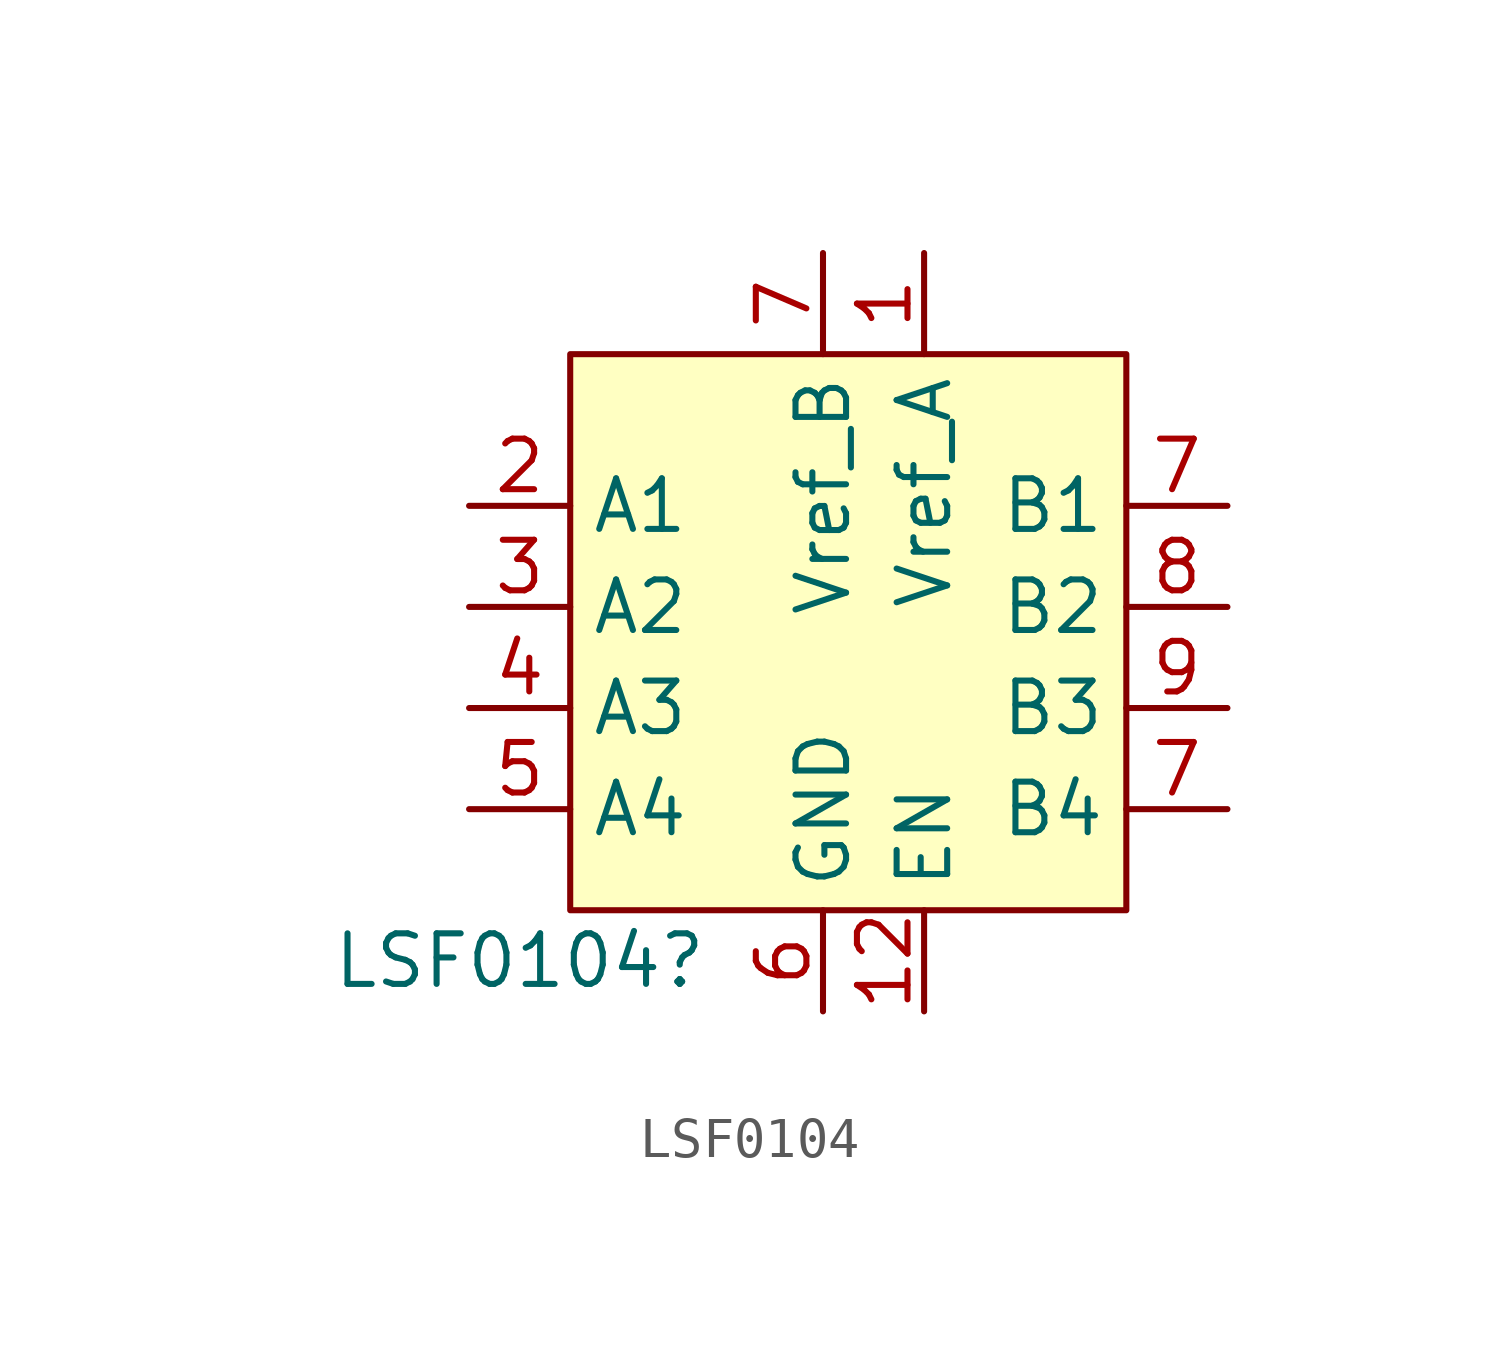
<source format=kicad_sym>
(kicad_symbol_lib
  (version 20220914)
  (generator kicad_symbol_editor)
  (symbol "LSF0104"
    (property "Reference" "LSF0104"
      (at -6.35 -3.81 0)
      (effects (font (size 1.27 1.27))))
    (property "Value" ""
      (at -12.7 -1.27 0)
      (effects (font (size 1.27 1.27))))
    (symbol "LSF0104_1_1"
      (rectangle (start -5.08 11.43) (end 8.89 -2.54) (stroke (width 0) (type default)) (fill (type background)))
      (pin power_in line (at 3.81 13.97 270) (length 2.54) (name "Vref_A" (effects (font (size 1.27 1.27)))) (number "1" (effects (font (size 1.27 1.27)))))
      (pin input line (at 3.81 -5.08 90) (length 2.54) (name "EN" (effects (font (size 1.27 1.27)))) (number "12" (effects (font (size 1.27 1.27)))))
      (pin bidirectional line (at -7.62 7.62 0) (length 2.54) (name "A1" (effects (font (size 1.27 1.27)))) (number "2" (effects (font (size 1.27 1.27)))))
      (pin bidirectional line (at -7.62 5.08 0) (length 2.54) (name "A2" (effects (font (size 1.27 1.27)))) (number "3" (effects (font (size 1.27 1.27)))))
      (pin bidirectional line (at -7.62 2.54 0) (length 2.54) (name "A3" (effects (font (size 1.27 1.27)))) (number "4" (effects (font (size 1.27 1.27)))))
      (pin bidirectional line (at -7.62 0 0) (length 2.54) (name "A4" (effects (font (size 1.27 1.27)))) (number "5" (effects (font (size 1.27 1.27)))))
      (pin power_in line (at 1.27 -5.08 90) (length 2.54) (name "GND" (effects (font (size 1.27 1.27)))) (number "6" (effects (font (size 1.27 1.27)))))
      (pin bidirectional line (at 11.43 7.62 180) (length 2.54) (name "B1" (effects (font (size 1.27 1.27)))) (number "7" (effects (font (size 1.27 1.27)))))
      (pin bidirectional line (at 11.43 0 180) (length 2.54) (name "B4" (effects (font (size 1.27 1.27)))) (number "7" (effects (font (size 1.27 1.27)))))
      (pin power_in line (at 1.27 13.97 270) (length 2.54) (name "Vref_B" (effects (font (size 1.27 1.27)))) (number "7" (effects (font (size 1.27 1.27)))))
      (pin bidirectional line (at 11.43 5.08 180) (length 2.54) (name "B2" (effects (font (size 1.27 1.27)))) (number "8" (effects (font (size 1.27 1.27)))))
      (pin bidirectional line (at 11.43 2.54 180) (length 2.54) (name "B3" (effects (font (size 1.27 1.27)))) (number "9" (effects (font (size 1.27 1.27))))))))
</source>
